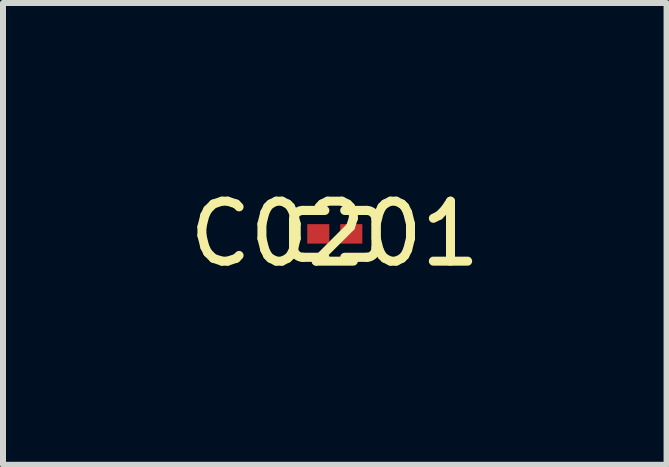
<source format=kicad_pcb>
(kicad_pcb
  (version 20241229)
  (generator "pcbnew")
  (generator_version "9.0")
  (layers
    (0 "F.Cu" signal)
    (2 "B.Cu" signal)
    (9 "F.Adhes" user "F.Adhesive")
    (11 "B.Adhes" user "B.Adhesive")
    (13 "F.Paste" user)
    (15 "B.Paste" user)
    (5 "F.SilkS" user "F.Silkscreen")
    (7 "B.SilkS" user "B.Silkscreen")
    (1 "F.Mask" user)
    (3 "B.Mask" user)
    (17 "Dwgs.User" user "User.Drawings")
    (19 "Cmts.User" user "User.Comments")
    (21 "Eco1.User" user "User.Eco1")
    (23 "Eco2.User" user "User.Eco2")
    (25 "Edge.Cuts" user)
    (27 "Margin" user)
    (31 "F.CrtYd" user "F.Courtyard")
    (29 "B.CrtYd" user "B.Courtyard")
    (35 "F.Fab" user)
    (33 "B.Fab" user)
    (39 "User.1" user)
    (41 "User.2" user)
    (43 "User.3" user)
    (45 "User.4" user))
  (footprint "C0201"
    (layer "F.Cu")
    (at 2.53 0.848)
    (property "Reference" "C0201" (at 0 0 0) (layer "F.SilkS") (effects (font (size 1 1) (thickness 0.15))))
    (fp_line (start -0.687 0.238) (end -0.687 -0.238) (stroke (width 0.152) (type default)) (layer "F.SilkS"))
    (fp_line (start -0.534 -0.391) (end -0.166 -0.391) (stroke (width 0.152) (type default)) (layer "F.SilkS"))
    (fp_line (start -0.166 0.391) (end -0.534 0.391) (stroke (width 0.152) (type default)) (layer "F.SilkS"))
    (fp_line (start 0.166 0.391) (end 0.534 0.391) (stroke (width 0.152) (type default)) (layer "F.SilkS"))
    (fp_line (start 0.534 -0.391) (end 0.166 -0.391) (stroke (width 0.152) (type default)) (layer "F.SilkS"))
    (fp_line (start 0.687 0.238) (end 0.687 -0.238) (stroke (width 0.152) (type default)) (layer "F.SilkS"))
    (fp_arc (start -0.687 -0.238) (mid -0.642334 -0.345834) (end -0.5345 -0.3905) (stroke (width 0.1525) (type default)) (layer "F.SilkS"))
    (fp_arc (start -0.5345 0.3905) (mid -0.642334 0.345834) (end -0.687 0.238) (stroke (width 0.1525) (type default)) (layer "F.SilkS"))
    (fp_arc (start 0.5345 -0.3905) (mid 0.642334 -0.345834) (end 0.687 -0.238) (stroke (width 0.1525) (type default)) (layer "F.SilkS"))
    (fp_arc (start 0.687 0.238) (mid 0.642334 0.345834) (end 0.5345 0.3905) (stroke (width 0.1525) (type default)) (layer "F.SilkS"))
    (fp_poly (pts (xy -0.081 0.138) (xy -0.081 -0.138) (xy -0.105 -0.162) (xy -0.434 -0.162) (xy -0.459 -0.138) (xy -0.459 0.138) (xy -0.434 0.162) (xy -0.105 0.162)) (stroke (width 0) (type default)) (fill yes) (layer "F.Paste"))
    (fp_poly (pts (xy 0.081 0.138) (xy 0.081 -0.138) (xy 0.105 -0.162) (xy 0.434 -0.162) (xy 0.459 -0.138) (xy 0.459 0.138) (xy 0.434 0.162) (xy 0.105 0.162)) (stroke (width 0) (type default)) (fill yes) (layer "F.Paste"))
    (fp_poly (pts (xy -0.3 0.15) (xy -0.3 -0.15) (xy -0.15 -0.15) (xy -0.15 0.15)) (stroke (width 0.1) (type default)) (fill no) (layer "User.1"))
    (fp_poly (pts (xy 0.3 0.15) (xy 0.3 -0.15) (xy 0.15 -0.15) (xy 0.15 0.15)) (stroke (width 0.1) (type default)) (fill no) (layer "User.1"))
    (fp_line (start -0.3 -0.15) (end 0.3 -0.15) (stroke (width 0.051) (type default)) (layer "User.2"))
    (fp_line (start -0.3 0.15) (end -0.3 -0.15) (stroke (width 0.051) (type default)) (layer "User.2"))
    (fp_line (start 0.3 -0.15) (end 0.3 0.15) (stroke (width 0.051) (type default)) (layer "User.2"))
    (fp_line (start 0.3 0.15) (end -0.3 0.15) (stroke (width 0.051) (type default)) (layer "User.2"))
    (fp_poly (pts (xy -0.245 0.127) (xy -0.277 0.095) (xy -0.323 0.095) (xy -0.355 0.127) (xy -0.355 0.173) (xy -0.323 0.205) (xy -0.277 0.205) (xy -0.245 0.173)) (stroke (width 0.1) (type default)) (fill no) (layer "User.3"))
    (pad "1" smd rect (at -0.275 0) (size 0.368 0.324) (layers "F.Cu" "F.Mask" "F.Paste"))
    (pad "2" smd rect (at 0.275 0) (size 0.368 0.324) (layers "F.Cu" "F.Mask" "F.Paste")))
  (gr_rect
    (start -3 -3)
    (end 8.06 4.697)
    (stroke (width 0.1) (type default))
    (fill no)
    (layer "Edge.Cuts")))
</source>
